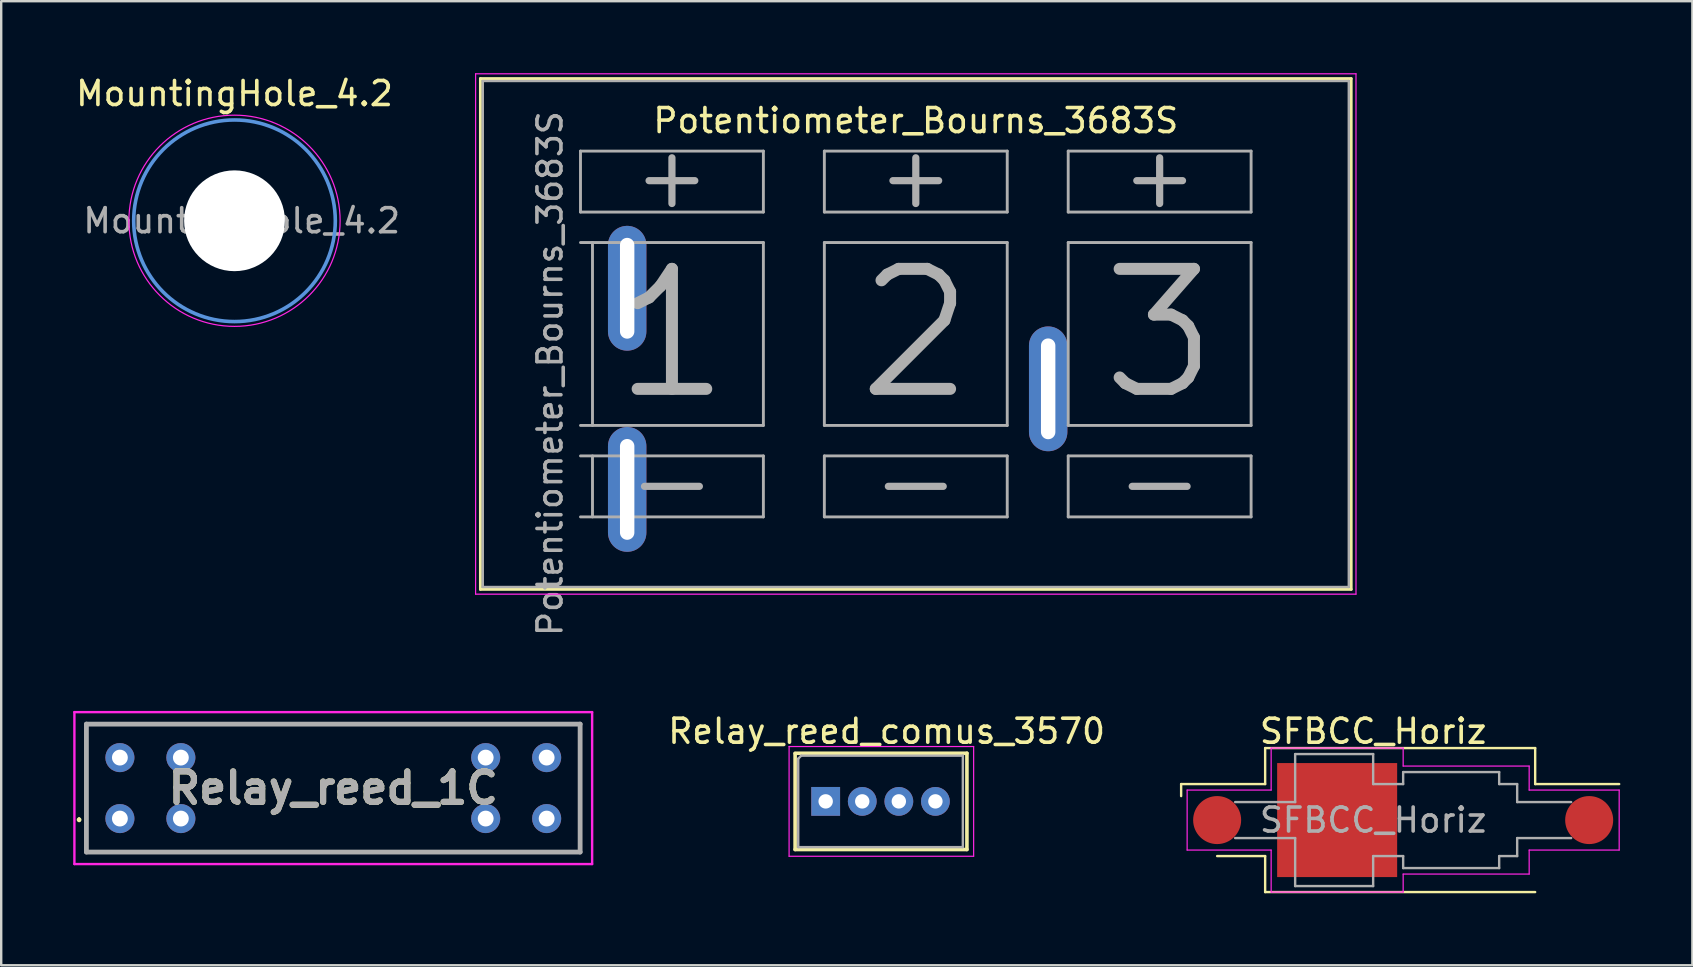
<source format=kicad_pcb>
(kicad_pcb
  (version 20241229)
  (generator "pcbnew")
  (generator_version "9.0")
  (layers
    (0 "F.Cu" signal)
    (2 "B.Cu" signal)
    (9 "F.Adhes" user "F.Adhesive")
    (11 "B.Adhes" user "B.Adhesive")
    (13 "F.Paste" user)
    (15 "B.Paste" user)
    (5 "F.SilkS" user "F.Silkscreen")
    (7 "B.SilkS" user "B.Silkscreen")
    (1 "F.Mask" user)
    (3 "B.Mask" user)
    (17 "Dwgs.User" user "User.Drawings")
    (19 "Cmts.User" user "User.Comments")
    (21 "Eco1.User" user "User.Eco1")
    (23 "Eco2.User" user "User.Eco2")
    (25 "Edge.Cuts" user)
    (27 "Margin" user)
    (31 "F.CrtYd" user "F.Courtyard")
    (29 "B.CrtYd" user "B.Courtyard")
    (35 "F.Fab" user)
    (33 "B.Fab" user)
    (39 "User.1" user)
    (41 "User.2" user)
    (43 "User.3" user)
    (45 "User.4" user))
  (footprint "Relay_reed_comus_3570"
    (layer "F.Cu")
    (at 31.35 30.338)
    (property "Reference" "Relay_reed_comus_3570" (at 2.54 -2.921 0) (layer "F.SilkS") (effects (font (size 1 1) (thickness 0.15))))
    (attr through_hole)
    (fp_line (start -1.273 -2.005) (end 5.885 -2.005) (stroke (width 0.15) (type solid)) (layer "F.SilkS"))
    (fp_line (start -1.273 2.005) (end -1.273 -1.989) (stroke (width 0.15) (type solid)) (layer "F.SilkS"))
    (fp_line (start 5.885 -2.005) (end 5.885 2.005) (stroke (width 0.15) (type solid)) (layer "F.SilkS"))
    (fp_line (start 5.885 2.005) (end -1.273 2.005) (stroke (width 0.15) (type solid)) (layer "F.SilkS"))
    (fp_line (start -1.524 -2.286) (end 6.165 -2.286) (stroke (width 0.05) (type solid)) (layer "F.CrtYd"))
    (fp_line (start -1.524 2.286) (end -1.524 -2.286) (stroke (width 0.05) (type solid)) (layer "F.CrtYd"))
    (fp_line (start 6.165 -2.286) (end 6.165 2.286) (stroke (width 0.05) (type solid)) (layer "F.CrtYd"))
    (fp_line (start 6.165 2.286) (end -1.524 2.286) (stroke (width 0.05) (type solid)) (layer "F.CrtYd"))
    (fp_line (start -1.143 -1.778) (end -1.143 1.905) (stroke (width 0.1) (type solid)) (layer "F.Fab"))
    (fp_line (start -1.143 1.905) (end 5.715 1.905) (stroke (width 0.1) (type solid)) (layer "F.Fab"))
    (fp_line (start -1.016 -1.905) (end -1.143 -1.778) (stroke (width 0.1) (type solid)) (layer "F.Fab"))
    (fp_line (start 5.715 -1.905) (end -1.016 -1.905) (stroke (width 0.1) (type solid)) (layer "F.Fab"))
    (fp_line (start 5.715 1.905) (end 5.715 -1.905) (stroke (width 0.1) (type solid)) (layer "F.Fab"))
    (pad "1" thru_hole rect (at 0 0 180) (size 1.2 1.2) (drill 0.6) (layers "*.Cu" "*.Mask"))
    (pad "2" thru_hole circle (at 1.524 0) (size 1.2 1.2) (drill 0.6) (layers "*.Cu" "*.Mask"))
    (pad "3" thru_hole circle (at 3.048 0) (size 1.2 1.2) (drill 0.6) (layers "*.Cu" "*.Mask"))
    (pad "4" thru_hole circle (at 4.572 0) (size 1.2 1.2) (drill 0.6) (layers "*.Cu" "*.Mask")))
  (footprint "SFBCC_Horiz"
    (layer "F.Cu")
    (at 54.16 31.117)
    (property "Reference" "SFBCC_Horiz" (at 0 -3.7 0) (layer "F.SilkS") (effects (font (size 1 1) (thickness 0.15))))
    (attr smd)
    (fp_line (start -8 -1.5) (end -4.5 -1.5) (stroke (width 0.1) (type default)) (layer "F.SilkS"))
    (fp_line (start -8 -1) (end -8 -1.5) (stroke (width 0.1) (type default)) (layer "F.SilkS"))
    (fp_line (start -6.5 1.5) (end -4.5 1.5) (stroke (width 0.1) (type default)) (layer "F.SilkS"))
    (fp_line (start -4.5 -3) (end 6.75 -3) (stroke (width 0.1) (type default)) (layer "F.SilkS"))
    (fp_line (start -4.5 -1.5) (end -4.5 -3) (stroke (width 0.1) (type default)) (layer "F.SilkS"))
    (fp_line (start -4.5 1.5) (end -4.5 3) (stroke (width 0.1) (type default)) (layer "F.SilkS"))
    (fp_line (start -4.5 3) (end 6.75 3) (stroke (width 0.1) (type default)) (layer "F.SilkS"))
    (fp_line (start 6.75 -3) (end 6.75 -1.5) (stroke (width 0.1) (type default)) (layer "F.SilkS"))
    (fp_line (start 6.75 -1.5) (end 10.25 -1.5) (stroke (width 0.1) (type default)) (layer "F.SilkS"))
    (fp_line (start -7.75 -1.25) (end -7.75 1.25) (stroke (width 0.05) (type default)) (layer "F.CrtYd"))
    (fp_line (start -7.75 1.25) (end -4.25 1.25) (stroke (width 0.05) (type default)) (layer "F.CrtYd"))
    (fp_line (start -4.25 -3) (end -4.25 -1.25) (stroke (width 0.05) (type default)) (layer "F.CrtYd"))
    (fp_line (start -4.25 -1.25) (end -7.75 -1.25) (stroke (width 0.05) (type default)) (layer "F.CrtYd"))
    (fp_line (start -4.25 1.25) (end -4.25 3) (stroke (width 0.05) (type default)) (layer "F.CrtYd"))
    (fp_line (start -4.25 3) (end 1.25 3) (stroke (width 0.05) (type default)) (layer "F.CrtYd"))
    (fp_line (start 1.25 -3) (end -4.25 -3) (stroke (width 0.05) (type default)) (layer "F.CrtYd"))
    (fp_line (start 1.25 -2.25) (end 1.25 -3) (stroke (width 0.05) (type default)) (layer "F.CrtYd"))
    (fp_line (start 1.25 2.25) (end 6.5 2.25) (stroke (width 0.05) (type default)) (layer "F.CrtYd"))
    (fp_line (start 1.25 3) (end 1.25 2.25) (stroke (width 0.05) (type default)) (layer "F.CrtYd"))
    (fp_line (start 6.5 -2.25) (end 1.25 -2.25) (stroke (width 0.05) (type default)) (layer "F.CrtYd"))
    (fp_line (start 6.5 -1.25) (end 6.5 -2.25) (stroke (width 0.05) (type default)) (layer "F.CrtYd"))
    (fp_line (start 6.5 1.25) (end 10.25 1.25) (stroke (width 0.05) (type default)) (layer "F.CrtYd"))
    (fp_line (start 6.5 2.25) (end 6.5 1.25) (stroke (width 0.05) (type default)) (layer "F.CrtYd"))
    (fp_line (start 10.25 -1.25) (end 6.5 -1.25) (stroke (width 0.05) (type default)) (layer "F.CrtYd"))
    (fp_line (start 10.25 1.25) (end 10.25 -1.25) (stroke (width 0.05) (type default)) (layer "F.CrtYd"))
    (fp_line (start -5.75 0.75) (end -3.25 0.75) (stroke (width 0.1) (type default)) (layer "F.Fab"))
    (fp_line (start -3.25 -2.75) (end -3.25 -0.75) (stroke (width 0.1) (type default)) (layer "F.Fab"))
    (fp_line (start -3.25 -0.75) (end -5.75 -0.75) (stroke (width 0.1) (type default)) (layer "F.Fab"))
    (fp_line (start -3.25 0.75) (end -3.25 2.75) (stroke (width 0.1) (type default)) (layer "F.Fab"))
    (fp_line (start -3.25 2.75) (end 0 2.75) (stroke (width 0.1) (type default)) (layer "F.Fab"))
    (fp_line (start 0 -2.75) (end -3.25 -2.75) (stroke (width 0.1) (type default)) (layer "F.Fab"))
    (fp_line (start 0 -1.5) (end 0 -2.75) (stroke (width 0.1) (type default)) (layer "F.Fab"))
    (fp_line (start 0 1.5) (end 1.25 1.5) (stroke (width 0.1) (type default)) (layer "F.Fab"))
    (fp_line (start 0 2.75) (end 0 1.5) (stroke (width 0.1) (type default)) (layer "F.Fab"))
    (fp_line (start 1.25 -2) (end 1.25 -1.5) (stroke (width 0.1) (type default)) (layer "F.Fab"))
    (fp_line (start 1.25 -1.5) (end 0 -1.5) (stroke (width 0.1) (type default)) (layer "F.Fab"))
    (fp_line (start 1.25 1.5) (end 1.25 2) (stroke (width 0.1) (type default)) (layer "F.Fab"))
    (fp_line (start 1.25 2) (end 5.25 2) (stroke (width 0.1) (type default)) (layer "F.Fab"))
    (fp_line (start 5.25 -2) (end 1.25 -2) (stroke (width 0.1) (type default)) (layer "F.Fab"))
    (fp_line (start 5.25 -1.5) (end 5.25 -2) (stroke (width 0.1) (type default)) (layer "F.Fab"))
    (fp_line (start 5.25 1.5) (end 6 1.5) (stroke (width 0.1) (type default)) (layer "F.Fab"))
    (fp_line (start 5.25 2) (end 5.25 1.5) (stroke (width 0.1) (type default)) (layer "F.Fab"))
    (fp_line (start 6 -1.5) (end 5.25 -1.5) (stroke (width 0.1) (type default)) (layer "F.Fab"))
    (fp_line (start 6 -1.5) (end 6 -0.75) (stroke (width 0.1) (type default)) (layer "F.Fab"))
    (fp_line (start 6 -0.75) (end 8.25 -0.75) (stroke (width 0.1) (type default)) (layer "F.Fab"))
    (fp_line (start 6 0.75) (end 6 1.5) (stroke (width 0.1) (type default)) (layer "F.Fab"))
    (fp_line (start 8.25 0.75) (end 6 0.75) (stroke (width 0.1) (type default)) (layer "F.Fab"))
    (fp_text user "${REFERENCE}" (at 0 0 0) (layer "F.Fab") (effects (font (size 1 1) (thickness 0.15))))
    (pad "1" smd circle (at -6.5 0) (size 2 2) (layers "F.Cu" "F.Mask" "F.Paste"))
    (pad "2" smd rect (at -1.5 0) (size 5 4.75) (layers "F.Cu" "F.Mask" "F.Paste"))
    (pad "3" smd circle (at 9 0) (size 2 2) (layers "F.Cu" "F.Mask" "F.Paste")))
  (footprint "MountingHole_4.2"
    (layer "F.Cu")
    (at 6.72 6.148)
    (property "Reference" "MountingHole_4.2" (at 0 -5.3 0) (layer "F.SilkS") (effects (font (size 1 1) (thickness 0.15))))
    (attr exclude_from_pos_files exclude_from_bom)
    (fp_circle (center 0 0) (end 4.2 0) (stroke (width 0.15) (type solid)) (fill no) (layer "Cmts.User"))
    (fp_circle (center 0 0) (end 4.4 0) (stroke (width 0.05) (type solid)) (fill no) (layer "F.CrtYd"))
    (fp_text user "${REFERENCE}" (at 0.3 0 0) (layer "F.Fab") (effects (font (size 1 1) (thickness 0.15))))
    (pad "" np_thru_hole circle (at 0 0) (size 4.2 4.2) (drill 4.2) (layers "*.Cu" "*.Mask")))
  (footprint "Potentiometer_Bourns_3683S"
    (layer "F.Cu")
    (at 35.105 10.865)
    (property "Reference" "Potentiometer_Bourns_3683S" (at 0 -8.89 0) (layer "F.SilkS") (effects (font (size 1 1) (thickness 0.15))))
    (attr through_hole)
    (fp_line (start -18.14 -10.64) (end -18.14 10.64) (stroke (width 0.12) (type solid)) (layer "F.SilkS"))
    (fp_line (start -18.14 -10.64) (end 18.14 -10.64) (stroke (width 0.12) (type solid)) (layer "F.SilkS"))
    (fp_line (start -18.14 10.64) (end 18.14 10.64) (stroke (width 0.12) (type solid)) (layer "F.SilkS"))
    (fp_line (start 18.14 10.64) (end 18.14 -10.64) (stroke (width 0.12) (type solid)) (layer "F.SilkS"))
    (fp_line (start -18.34 -10.84) (end -18.34 10.84) (stroke (width 0.05) (type solid)) (layer "F.CrtYd"))
    (fp_line (start -18.34 10.84) (end 18.34 10.84) (stroke (width 0.05) (type solid)) (layer "F.CrtYd"))
    (fp_line (start 18.34 -10.84) (end -18.34 -10.84) (stroke (width 0.05) (type solid)) (layer "F.CrtYd"))
    (fp_line (start 18.34 10.84) (end 18.34 -10.84) (stroke (width 0.05) (type solid)) (layer "F.CrtYd"))
    (fp_line (start -18.04 -10.54) (end -18.04 10.54) (stroke (width 0.1) (type solid)) (layer "F.Fab"))
    (fp_line (start -18.04 10.54) (end 18.04 10.54) (stroke (width 0.1) (type solid)) (layer "F.Fab"))
    (fp_line (start -13.97 -7.62) (end -6.35 -7.62) (stroke (width 0.12) (type solid)) (layer "F.Fab"))
    (fp_line (start -13.97 -5.08) (end -13.97 -7.62) (stroke (width 0.12) (type solid)) (layer "F.Fab"))
    (fp_line (start -13.97 3.81) (end -6.35 3.81) (stroke (width 0.12) (type solid)) (layer "F.Fab"))
    (fp_line (start -13.97 5.08) (end -6.35 5.08) (stroke (width 0.12) (type solid)) (layer "F.Fab"))
    (fp_line (start -13.47 -3.81) (end -13.47 3.81) (stroke (width 0.12) (type solid)) (layer "F.Fab"))
    (fp_line (start -13.47 7.62) (end -13.47 5.08) (stroke (width 0.12) (type solid)) (layer "F.Fab"))
    (fp_line (start -6.35 -7.62) (end -6.35 -5.08) (stroke (width 0.12) (type solid)) (layer "F.Fab"))
    (fp_line (start -6.35 -5.08) (end -13.97 -5.08) (stroke (width 0.12) (type solid)) (layer "F.Fab"))
    (fp_line (start -6.35 -3.81) (end -13.97 -3.81) (stroke (width 0.12) (type solid)) (layer "F.Fab"))
    (fp_line (start -6.35 3.81) (end -6.35 -3.81) (stroke (width 0.12) (type solid)) (layer "F.Fab"))
    (fp_line (start -6.35 5.08) (end -6.35 7.62) (stroke (width 0.12) (type solid)) (layer "F.Fab"))
    (fp_line (start -6.35 7.62) (end -13.97 7.62) (stroke (width 0.12) (type solid)) (layer "F.Fab"))
    (fp_line (start -3.81 -7.62) (end 3.81 -7.62) (stroke (width 0.12) (type solid)) (layer "F.Fab"))
    (fp_line (start -3.81 -5.08) (end -3.81 -7.62) (stroke (width 0.12) (type solid)) (layer "F.Fab"))
    (fp_line (start -3.81 -3.81) (end -3.81 3.81) (stroke (width 0.12) (type solid)) (layer "F.Fab"))
    (fp_line (start -3.81 3.81) (end 3.81 3.81) (stroke (width 0.12) (type solid)) (layer "F.Fab"))
    (fp_line (start -3.81 5.08) (end 3.81 5.08) (stroke (width 0.12) (type solid)) (layer "F.Fab"))
    (fp_line (start -3.81 7.62) (end -3.81 5.08) (stroke (width 0.12) (type solid)) (layer "F.Fab"))
    (fp_line (start 3.81 -7.62) (end 3.81 -5.08) (stroke (width 0.12) (type solid)) (layer "F.Fab"))
    (fp_line (start 3.81 -5.08) (end -3.81 -5.08) (stroke (width 0.12) (type solid)) (layer "F.Fab"))
    (fp_line (start 3.81 -3.81) (end -3.81 -3.81) (stroke (width 0.12) (type solid)) (layer "F.Fab"))
    (fp_line (start 3.81 3.81) (end 3.81 -3.81) (stroke (width 0.12) (type solid)) (layer "F.Fab"))
    (fp_line (start 3.81 5.08) (end 3.81 7.62) (stroke (width 0.12) (type solid)) (layer "F.Fab"))
    (fp_line (start 3.81 7.62) (end -3.81 7.62) (stroke (width 0.12) (type solid)) (layer "F.Fab"))
    (fp_line (start 6.35 -7.62) (end 13.97 -7.62) (stroke (width 0.12) (type solid)) (layer "F.Fab"))
    (fp_line (start 6.35 -5.08) (end 6.35 -7.62) (stroke (width 0.12) (type solid)) (layer "F.Fab"))
    (fp_line (start 6.35 -3.81) (end 6.35 3.81) (stroke (width 0.12) (type solid)) (layer "F.Fab"))
    (fp_line (start 6.35 3.81) (end 13.97 3.81) (stroke (width 0.12) (type solid)) (layer "F.Fab"))
    (fp_line (start 6.35 5.08) (end 13.97 5.08) (stroke (width 0.12) (type solid)) (layer "F.Fab"))
    (fp_line (start 6.35 7.62) (end 6.35 5.08) (stroke (width 0.12) (type solid)) (layer "F.Fab"))
    (fp_line (start 13.97 -7.62) (end 13.97 -5.08) (stroke (width 0.12) (type solid)) (layer "F.Fab"))
    (fp_line (start 13.97 -5.08) (end 6.35 -5.08) (stroke (width 0.12) (type solid)) (layer "F.Fab"))
    (fp_line (start 13.97 -3.81) (end 6.35 -3.81) (stroke (width 0.12) (type solid)) (layer "F.Fab"))
    (fp_line (start 13.97 3.81) (end 13.97 -3.81) (stroke (width 0.12) (type solid)) (layer "F.Fab"))
    (fp_line (start 13.97 5.08) (end 13.97 7.62) (stroke (width 0.12) (type solid)) (layer "F.Fab"))
    (fp_line (start 13.97 7.62) (end 6.35 7.62) (stroke (width 0.12) (type solid)) (layer "F.Fab"))
    (fp_line (start 18.04 -10.54) (end -18.04 -10.54) (stroke (width 0.1) (type solid)) (layer "F.Fab"))
    (fp_line (start 18.04 10.54) (end 18.04 -10.54) (stroke (width 0.1) (type solid)) (layer "F.Fab"))
    (fp_text user "+" (at -10.16 -6.2 180) (unlocked yes) (layer "F.Fab") (effects (font (size 2.5 2.5) (thickness 0.3))))
    (fp_text user "2" (at 0 0 0) (unlocked yes) (layer "F.Fab") (effects (font (size 5 5) (thickness 0.5))))
    (fp_text user "+" (at 0 -6.2 180) (unlocked yes) (layer "F.Fab") (effects (font (size 2.5 2.5) (thickness 0.3))))
    (fp_text user "-" (at 10.16 6.2 0) (unlocked yes) (layer "F.Fab") (effects (font (size 2 3) (thickness 0.3))))
    (fp_text user "-" (at -10.16 6.2 0) (unlocked yes) (layer "F.Fab") (effects (font (size 2 3) (thickness 0.3))))
    (fp_text user "1" (at -10.16 0 0) (unlocked yes) (layer "F.Fab") (effects (font (size 5 5) (thickness 0.5))))
    (fp_text user "+" (at 10.16 -6.2 180) (unlocked yes) (layer "F.Fab") (effects (font (size 2.5 2.5) (thickness 0.3))))
    (fp_text user "-" (at 0 6.2 0) (unlocked yes) (layer "F.Fab") (effects (font (size 2 3) (thickness 0.3))))
    (fp_text user "3" (at 10.16 0 0) (unlocked yes) (layer "F.Fab") (effects (font (size 5 5) (thickness 0.5))))
    (fp_text user "${REFERENCE}" (at -15.24 1.65 90) (layer "F.Fab") (effects (font (size 1 1) (thickness 0.15))))
    (pad "1" thru_hole oval (at -12.025 6.475) (size 1.6 5.2) (drill oval 0.6 4.2) (layers "*.Cu" "*.Mask"))
    (pad "2" thru_hole oval (at 5.515 2.285) (size 1.6 5.2) (drill oval 0.6 4.2) (layers "*.Cu" "*.Mask"))
    (pad "3" thru_hole oval (at -12.025 -1.905) (size 1.6 5.2) (drill oval 0.6 4.2) (layers "*.Cu" "*.Mask")))
  (footprint "Relay_reed_1C"
    (layer "F.Cu")
    (at 1.945 31.054)
    (property "Reference" "Relay_reed_1C" (at 8.89 -1.27 0) (layer "F.SilkS") (effects (font (size 1.27 1.27) (thickness 0.254))))
    (attr through_hole)
    (fp_line (start -1.7 0) (end -1.7 0) (stroke (width 0.1) (type solid)) (layer "F.SilkS"))
    (fp_line (start -1.7 0.1) (end -1.7 0.1) (stroke (width 0.1) (type solid)) (layer "F.SilkS"))
    (fp_line (start -1.395 -3.935) (end 19.175 -3.935) (stroke (width 0.1) (type solid)) (layer "F.SilkS"))
    (fp_line (start -1.395 1.395) (end -1.395 -3.935) (stroke (width 0.1) (type solid)) (layer "F.SilkS"))
    (fp_line (start 19.175 -3.935) (end 19.175 1.395) (stroke (width 0.1) (type solid)) (layer "F.SilkS"))
    (fp_line (start 19.175 1.395) (end -1.395 1.395) (stroke (width 0.1) (type solid)) (layer "F.SilkS"))
    (fp_arc (start -1.7 0) (mid -1.65 0.05) (end -1.7 0.1) (stroke (width 0.1) (type solid)) (layer "F.SilkS"))
    (fp_arc (start -1.7 0.1) (mid -1.75 0.05) (end -1.7 0) (stroke (width 0.1) (type solid)) (layer "F.SilkS"))
    (fp_line (start -1.895 -4.435) (end 19.675 -4.435) (stroke (width 0.1) (type solid)) (layer "F.CrtYd"))
    (fp_line (start -1.895 1.895) (end -1.895 -4.435) (stroke (width 0.1) (type solid)) (layer "F.CrtYd"))
    (fp_line (start 19.675 -4.435) (end 19.675 1.895) (stroke (width 0.1) (type solid)) (layer "F.CrtYd"))
    (fp_line (start 19.675 1.895) (end -1.895 1.895) (stroke (width 0.1) (type solid)) (layer "F.CrtYd"))
    (fp_line (start -1.395 -3.935) (end 19.175 -3.935) (stroke (width 0.2) (type solid)) (layer "F.Fab"))
    (fp_line (start -1.395 1.395) (end -1.395 -3.935) (stroke (width 0.2) (type solid)) (layer "F.Fab"))
    (fp_line (start 19.175 -3.935) (end 19.175 1.395) (stroke (width 0.2) (type solid)) (layer "F.Fab"))
    (fp_line (start 19.175 1.395) (end -1.395 1.395) (stroke (width 0.2) (type solid)) (layer "F.Fab"))
    (fp_text user "${REFERENCE}" (at 8.89 -1.27 0) (layer "F.Fab") (effects (font (size 1.27 1.27) (thickness 0.254))))
    (pad "1" thru_hole circle (at 0 0) (size 1.21 1.21) (drill 0.66) (layers "*.Cu" "*.Mask"))
    (pad "2" thru_hole circle (at 2.54 0) (size 1.21 1.21) (drill 0.66) (layers "*.Cu" "*.Mask"))
    (pad "3" thru_hole circle (at 15.24 0) (size 1.21 1.21) (drill 0.66) (layers "*.Cu" "*.Mask"))
    (pad "4" thru_hole circle (at 17.78 0) (size 1.21 1.21) (drill 0.66) (layers "*.Cu" "*.Mask"))
    (pad "5" thru_hole circle (at 17.78 -2.54) (size 1.21 1.21) (drill 0.66) (layers "*.Cu" "*.Mask"))
    (pad "6" thru_hole circle (at 15.24 -2.54) (size 1.21 1.21) (drill 0.66) (layers "*.Cu" "*.Mask"))
    (pad "7" thru_hole circle (at 2.54 -2.54) (size 1.21 1.21) (drill 0.66) (layers "*.Cu" "*.Mask"))
    (pad "8" thru_hole circle (at 0 -2.54) (size 1.21 1.21) (drill 0.66) (layers "*.Cu" "*.Mask")))
  (gr_rect
    (start -3 -3)
    (end 67.46 37.167)
    (stroke (width 0.1) (type default))
    (fill no)
    (layer "Edge.Cuts")))
</source>
